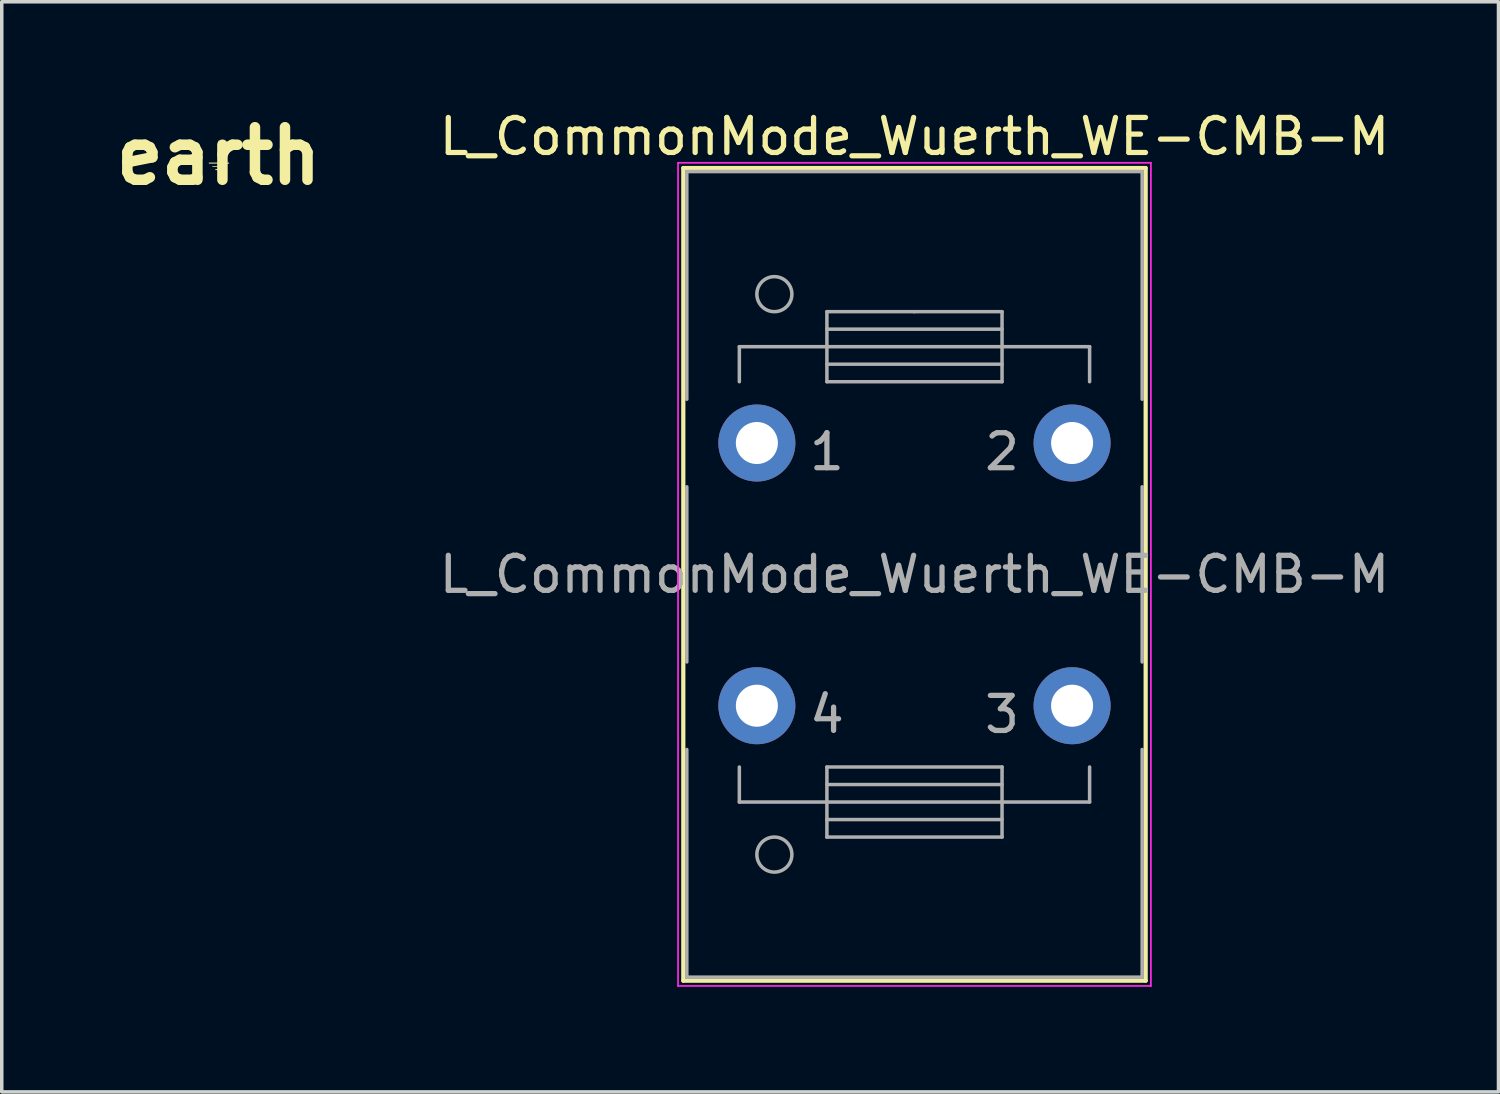
<source format=kicad_pcb>
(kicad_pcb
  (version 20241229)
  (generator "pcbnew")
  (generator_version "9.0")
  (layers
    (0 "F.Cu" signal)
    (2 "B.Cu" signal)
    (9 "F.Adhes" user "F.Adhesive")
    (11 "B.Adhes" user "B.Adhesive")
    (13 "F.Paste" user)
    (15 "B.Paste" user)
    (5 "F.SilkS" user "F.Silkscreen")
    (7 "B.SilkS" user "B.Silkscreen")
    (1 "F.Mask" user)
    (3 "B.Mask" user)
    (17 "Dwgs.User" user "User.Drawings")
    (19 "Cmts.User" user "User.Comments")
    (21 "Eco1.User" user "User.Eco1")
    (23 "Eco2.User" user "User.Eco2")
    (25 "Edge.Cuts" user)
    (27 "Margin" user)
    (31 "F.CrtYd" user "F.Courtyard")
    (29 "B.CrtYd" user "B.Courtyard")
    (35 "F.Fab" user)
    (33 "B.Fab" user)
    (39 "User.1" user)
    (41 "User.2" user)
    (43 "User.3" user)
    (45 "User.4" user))
  (footprint "L_CommonMode_Wuerth_WE-CMB-M"
    (layer "F.Cu")
    (at 17.708 9.598)
    (property "Reference" "L_CommonMode_Wuerth_WE-CMB-M" (at 5.35 -8.75 0) (layer "F.SilkS") (effects (font (size 1 1) (thickness 0.15))))
    (attr through_hole)
    (fp_line (start -1.25 -7.85) (end 11.95 -7.85) (stroke (width 0.12) (type solid)) (layer "F.SilkS"))
    (fp_line (start -1.25 15.35) (end -1.25 -7.85) (stroke (width 0.12) (type solid)) (layer "F.SilkS"))
    (fp_line (start 11.95 -7.85) (end 11.95 15.35) (stroke (width 0.12) (type solid)) (layer "F.SilkS"))
    (fp_line (start 11.95 15.35) (end -1.25 15.35) (stroke (width 0.12) (type solid)) (layer "F.SilkS"))
    (fp_line (start -1.4 -8) (end 12.1 -8) (stroke (width 0.05) (type solid)) (layer "F.CrtYd"))
    (fp_line (start -1.4 15.5) (end -1.4 -8) (stroke (width 0.05) (type solid)) (layer "F.CrtYd"))
    (fp_line (start 12.1 -8) (end 12.1 15.5) (stroke (width 0.05) (type solid)) (layer "F.CrtYd"))
    (fp_line (start 12.1 15.5) (end -1.4 15.5) (stroke (width 0.05) (type solid)) (layer "F.CrtYd"))
    (fp_line (start -1.15 -7.75) (end 11.85 -7.75) (stroke (width 0.1) (type solid)) (layer "F.Fab"))
    (fp_line (start -1.15 -1.25) (end -1.15 -7.75) (stroke (width 0.1) (type solid)) (layer "F.Fab"))
    (fp_line (start -1.15 6.25) (end -1.15 1.25) (stroke (width 0.1) (type solid)) (layer "F.Fab"))
    (fp_line (start -1.15 15.25) (end -1.15 8.75) (stroke (width 0.1) (type solid)) (layer "F.Fab"))
    (fp_line (start 0.35 -2.75) (end 0.35 -1.75) (stroke (width 0.1) (type solid)) (layer "F.Fab"))
    (fp_line (start 0.35 9.25) (end 0.35 10.25) (stroke (width 0.1) (type solid)) (layer "F.Fab"))
    (fp_line (start 0.35 10.25) (end 2.85 10.25) (stroke (width 0.1) (type solid)) (layer "F.Fab"))
    (fp_line (start 2.85 -3.75) (end 5.35 -3.75) (stroke (width 0.1) (type solid)) (layer "F.Fab"))
    (fp_line (start 2.85 -2.75) (end 0.35 -2.75) (stroke (width 0.1) (type solid)) (layer "F.Fab"))
    (fp_line (start 2.85 -2.75) (end 7.85 -2.75) (stroke (width 0.1) (type solid)) (layer "F.Fab"))
    (fp_line (start 2.85 -2.25) (end 7.85 -2.25) (stroke (width 0.1) (type solid)) (layer "F.Fab"))
    (fp_line (start 2.85 -1.75) (end 2.85 -3.75) (stroke (width 0.1) (type solid)) (layer "F.Fab"))
    (fp_line (start 2.85 9.25) (end 7.85 9.25) (stroke (width 0.1) (type solid)) (layer "F.Fab"))
    (fp_line (start 2.85 10.75) (end 7.85 10.75) (stroke (width 0.1) (type solid)) (layer "F.Fab"))
    (fp_line (start 2.85 11.25) (end 2.85 9.25) (stroke (width 0.1) (type solid)) (layer "F.Fab"))
    (fp_line (start 5.35 -3.75) (end 7.85 -3.75) (stroke (width 0.1) (type solid)) (layer "F.Fab"))
    (fp_line (start 7.85 -3.75) (end 7.85 -1.75) (stroke (width 0.1) (type solid)) (layer "F.Fab"))
    (fp_line (start 7.85 -3.25) (end 2.85 -3.25) (stroke (width 0.1) (type solid)) (layer "F.Fab"))
    (fp_line (start 7.85 -2.75) (end 10.35 -2.75) (stroke (width 0.1) (type solid)) (layer "F.Fab"))
    (fp_line (start 7.85 -1.75) (end 2.85 -1.75) (stroke (width 0.1) (type solid)) (layer "F.Fab"))
    (fp_line (start 7.85 9.25) (end 7.85 11.25) (stroke (width 0.1) (type solid)) (layer "F.Fab"))
    (fp_line (start 7.85 9.75) (end 2.85 9.75) (stroke (width 0.1) (type solid)) (layer "F.Fab"))
    (fp_line (start 7.85 10.25) (end 2.85 10.25) (stroke (width 0.1) (type solid)) (layer "F.Fab"))
    (fp_line (start 7.85 11.25) (end 2.85 11.25) (stroke (width 0.1) (type solid)) (layer "F.Fab"))
    (fp_line (start 10.35 -2.75) (end 10.35 -1.75) (stroke (width 0.1) (type solid)) (layer "F.Fab"))
    (fp_line (start 10.35 9.25) (end 10.35 10.25) (stroke (width 0.1) (type solid)) (layer "F.Fab"))
    (fp_line (start 10.35 10.25) (end 7.85 10.25) (stroke (width 0.1) (type solid)) (layer "F.Fab"))
    (fp_line (start 11.85 -7.75) (end 11.85 -1.25) (stroke (width 0.1) (type solid)) (layer "F.Fab"))
    (fp_line (start 11.85 1.25) (end 11.85 6.25) (stroke (width 0.1) (type solid)) (layer "F.Fab"))
    (fp_line (start 11.85 8.75) (end 11.85 15.25) (stroke (width 0.1) (type solid)) (layer "F.Fab"))
    (fp_line (start 11.85 15.25) (end -1.15 15.25) (stroke (width 0.1) (type solid)) (layer "F.Fab"))
    (fp_circle (center 1.35 -4.25) (end 1.85 -4.25) (stroke (width 0.1) (type solid)) (fill no) (layer "F.Fab"))
    (fp_circle (center 1.35 11.75) (end 1.85 11.75) (stroke (width 0.1) (type solid)) (fill no) (layer "F.Fab"))
    (fp_text user "1" (at 2.85 0.25 0) (layer "F.Fab") (effects (font (size 1 1) (thickness 0.15))))
    (fp_text user "3" (at 7.85 7.75 0) (layer "F.Fab") (effects (font (size 1 1) (thickness 0.15))))
    (fp_text user "2" (at 7.85 0.25 0) (layer "F.Fab") (effects (font (size 1 1) (thickness 0.15))))
    (fp_text user "4" (at 2.85 7.75 0) (layer "F.Fab") (effects (font (size 1 1) (thickness 0.15))))
    (fp_text user "${REFERENCE}" (at 5.35 3.75 0) (layer "F.Fab") (effects (font (size 1 1) (thickness 0.15))))
    (pad "1" thru_hole circle (at 0.85 0) (size 2.2 2.2) (drill 1.2) (layers "*.Cu" "*.Mask"))
    (pad "2" thru_hole circle (at 9.85 0) (size 2.2 2.2) (drill 1.2) (layers "*.Cu" "*.Mask"))
    (pad "3" thru_hole circle (at 9.85 7.5) (size 2.2 2.2) (drill 1.2) (layers "*.Cu" "*.Mask"))
    (pad "4" thru_hole circle (at 0.85 7.5) (size 2.2 2.2) (drill 1.2) (layers "*.Cu" "*.Mask")))
  (footprint "earth"
    (layer "F.Cu")
    (at 3.193 1.404)
    (property "Reference" "earth" (at 0 0 0) (layer "F.SilkS") (effects (font (size 1.5 1.5) (thickness 0.3))))
    (attr board_only exclude_from_pos_files exclude_from_bom)
    (fp_poly (pts (xy 0.112 0.388) (xy 0.112 0.402) (xy 0.008 0.402) (xy -0.096 0.402) (xy -0.096 0.388) (xy -0.096 0.374) (xy 0.008 0.374) (xy 0.112 0.374)) (stroke (width 0) (type solid)) (fill yes) (layer "F.SilkS"))
    (fp_poly (pts (xy 0.01 -0.445) (xy 0.012 -0.444) (xy 0.014 -0.441) (xy 0.015 -0.436) (xy 0.017 -0.427) (xy 0.017 -0.413) (xy 0.018 -0.395) (xy 0.018 -0.371) (xy 0.019 -0.34) (xy 0.019 -0.301) (xy 0.019 -0.254) (xy 0.019 -0.198) (xy 0.019 -0.131) (xy 0.019 -0.128) (xy 0.019 0.189) (xy 0.158 0.189) (xy 0.298 0.189) (xy 0.298 0.202) (xy 0.298 0.216) (xy 0.008 0.216) (xy -0.281 0.216) (xy -0.281 0.202) (xy -0.281 0.189) (xy -0.142 0.189) (xy -0.003 0.189) (xy -0.003 -0.128) (xy -0.003 -0.195) (xy -0.003 -0.252) (xy -0.003 -0.299) (xy -0.002 -0.338) (xy -0.002 -0.37) (xy -0.002 -0.394) (xy -0.001 -0.413) (xy -0.000154 -0.426) (xy 0.001 -0.435) (xy 0.002 -0.441) (xy 0.004 -0.444) (xy 0.006 -0.445) (xy 0.008 -0.445) (xy 0.008 -0.445)) (stroke (width 0) (type solid)) (fill yes) (layer "F.SilkS"))
    (fp_poly (pts (xy 0.06 0.287) (xy 0.101 0.287) (xy 0.134 0.287) (xy 0.159 0.288) (xy 0.177 0.288) (xy 0.19 0.289) (xy 0.198 0.291) (xy 0.203 0.292) (xy 0.204 0.294) (xy 0.205 0.297) (xy 0.205 0.298) (xy 0.205 0.301) (xy 0.203 0.303) (xy 0.199 0.305) (xy 0.192 0.306) (xy 0.18 0.307) (xy 0.163 0.308) (xy 0.14 0.308) (xy 0.109 0.309) (xy 0.069 0.309) (xy 0.019 0.309) (xy 0.008 0.309) (xy -0.043 0.309) (xy -0.085 0.309) (xy -0.118 0.308) (xy -0.143 0.308) (xy -0.161 0.307) (xy -0.174 0.306) (xy -0.182 0.305) (xy -0.186 0.303) (xy -0.188 0.301) (xy -0.189 0.298) (xy -0.189 0.298) (xy -0.188 0.295) (xy -0.187 0.293) (xy -0.183 0.291) (xy -0.176 0.289) (xy -0.164 0.288) (xy -0.147 0.288) (xy -0.123 0.287) (xy -0.092 0.287) (xy -0.052 0.287) (xy -0.003 0.287) (xy 0.008 0.287)) (stroke (width 0) (type solid)) (fill yes) (layer "F.SilkS")))
  (gr_rect
    (start -3 -3)
    (end 39.731 28.123)
    (stroke (width 0.1) (type default))
    (fill no)
    (layer "Edge.Cuts")))
</source>
